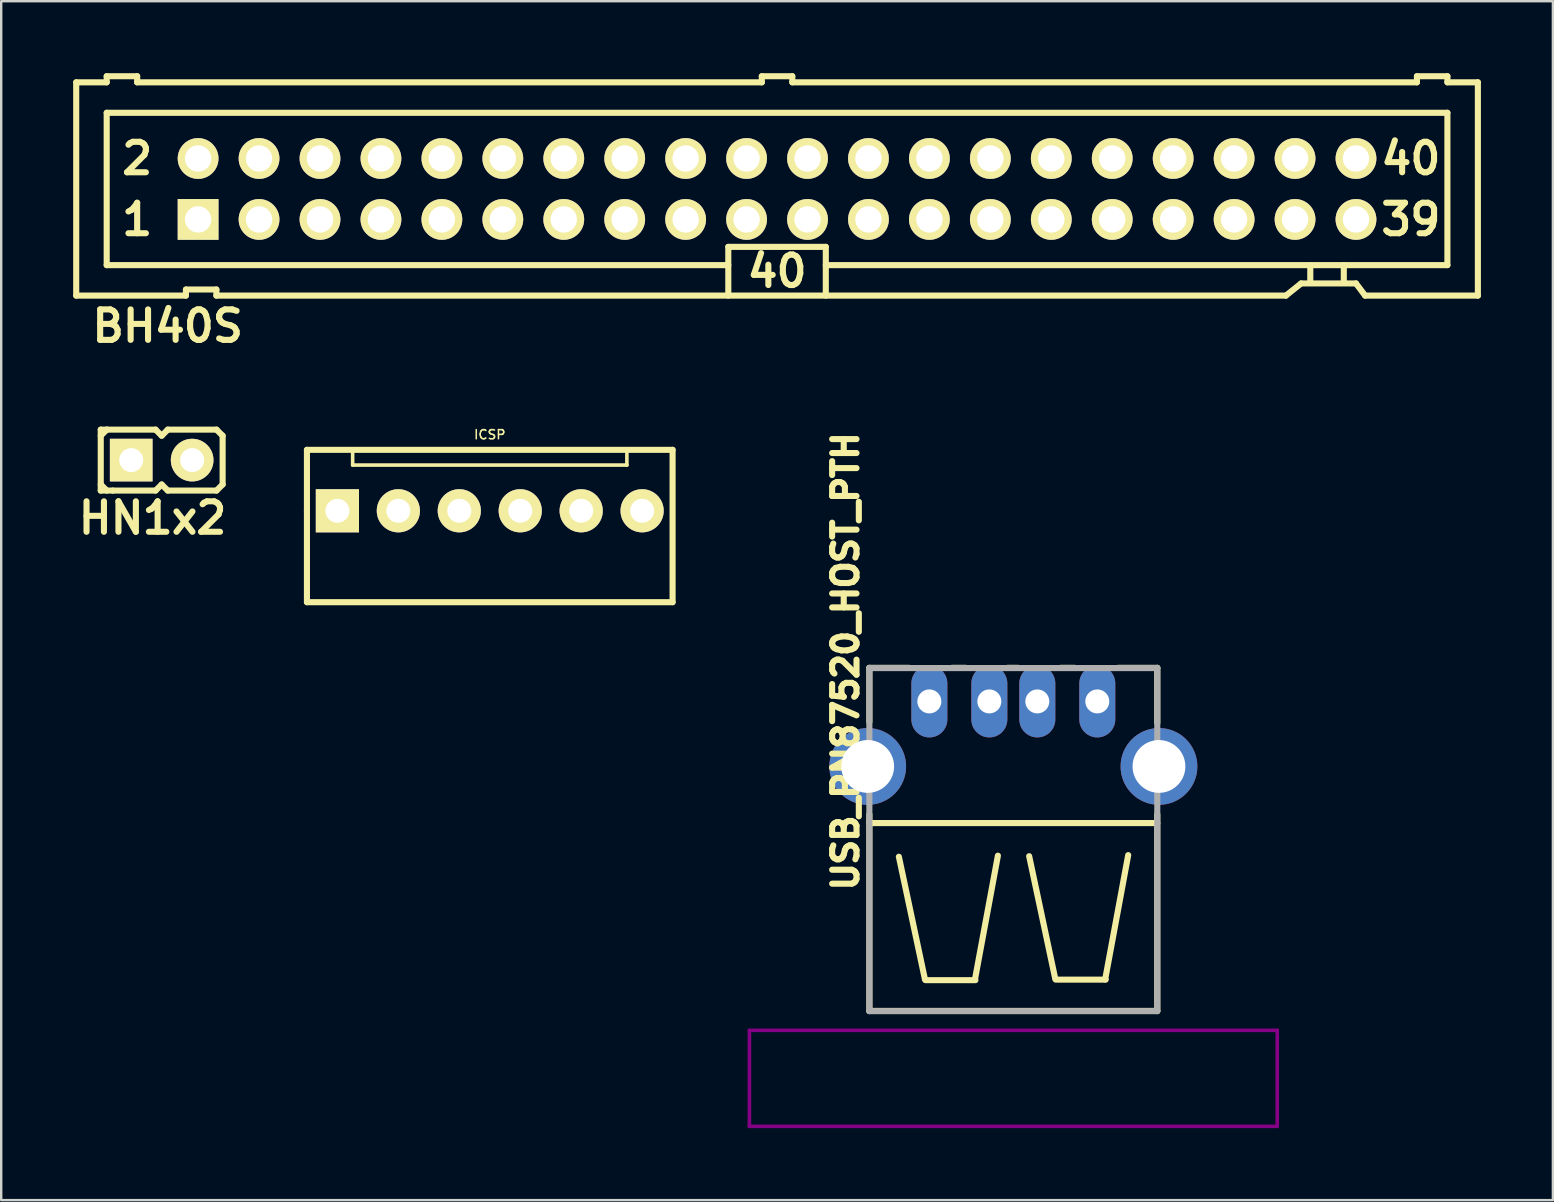
<source format=kicad_pcb>
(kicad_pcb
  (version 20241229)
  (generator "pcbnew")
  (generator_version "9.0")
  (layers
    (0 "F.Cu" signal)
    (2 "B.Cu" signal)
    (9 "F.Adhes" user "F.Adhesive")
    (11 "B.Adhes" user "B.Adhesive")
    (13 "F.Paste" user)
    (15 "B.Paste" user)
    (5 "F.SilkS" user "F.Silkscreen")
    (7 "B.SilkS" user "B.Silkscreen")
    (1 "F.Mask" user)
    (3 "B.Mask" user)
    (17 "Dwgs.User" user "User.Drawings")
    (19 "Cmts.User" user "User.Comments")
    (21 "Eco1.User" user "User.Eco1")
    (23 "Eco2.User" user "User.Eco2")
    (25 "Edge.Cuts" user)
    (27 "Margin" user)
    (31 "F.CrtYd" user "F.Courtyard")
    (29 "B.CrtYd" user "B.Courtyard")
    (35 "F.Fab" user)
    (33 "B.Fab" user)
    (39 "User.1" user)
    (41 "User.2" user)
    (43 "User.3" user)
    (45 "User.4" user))
  (footprint "HN1x2"
    (layer "F.Cu")
    (at 3.689 16.127)
    (property "Reference" "HN1x2" (at -0.381 2.413 0) (layer "F.SilkS") (effects (font (size 1.27 1.27) (thickness 0.254))))
    (attr smd)
    (fp_line (start -2.54 -1.27) (end -2.54 1.27) (stroke (width 0.254) (type solid)) (layer "F.SilkS"))
    (fp_line (start -2.54 -1.27) (end -2.286 -1.27) (stroke (width 0.254) (type solid)) (layer "F.SilkS"))
    (fp_line (start -2.54 -1.016) (end -2.286 -1.27) (stroke (width 0.254) (type solid)) (layer "F.SilkS"))
    (fp_line (start -2.286 -1.27) (end -0.254 -1.27) (stroke (width 0.254) (type solid)) (layer "F.SilkS"))
    (fp_line (start -2.286 1.27) (end -2.54 1.016) (stroke (width 0.254) (type solid)) (layer "F.SilkS"))
    (fp_line (start -2.032 1.27) (end -2.54 1.27) (stroke (width 0.254) (type solid)) (layer "F.SilkS"))
    (fp_line (start -0.254 -1.27) (end 0 -1.016) (stroke (width 0.254) (type solid)) (layer "F.SilkS"))
    (fp_line (start -0.254 1.27) (end -2.032 1.27) (stroke (width 0.254) (type solid)) (layer "F.SilkS"))
    (fp_line (start 0 -1.016) (end 0.254 -1.27) (stroke (width 0.254) (type solid)) (layer "F.SilkS"))
    (fp_line (start 0 1.016) (end -0.254 1.27) (stroke (width 0.254) (type solid)) (layer "F.SilkS"))
    (fp_line (start 0.254 -1.27) (end 2.286 -1.27) (stroke (width 0.254) (type solid)) (layer "F.SilkS"))
    (fp_line (start 0.254 1.27) (end 0 1.016) (stroke (width 0.254) (type solid)) (layer "F.SilkS"))
    (fp_line (start 2.286 -1.27) (end 2.54 -1.016) (stroke (width 0.254) (type solid)) (layer "F.SilkS"))
    (fp_line (start 2.286 1.27) (end 0.254 1.27) (stroke (width 0.254) (type solid)) (layer "F.SilkS"))
    (fp_line (start 2.286 1.27) (end 2.54 1.016) (stroke (width 0.254) (type solid)) (layer "F.SilkS"))
    (fp_line (start 2.54 -1.016) (end 2.54 1.016) (stroke (width 0.254) (type solid)) (layer "F.SilkS"))
    (pad "1" thru_hole rect (at -1.27 0) (size 1.778 1.778) (drill 1) (layers "*.Cu" "*.Mask" "F.SilkS" "B.Adhes"))
    (pad "2" thru_hole circle (at 1.27 0) (size 1.778 1.778) (drill 1) (layers "*.Cu" "*.Mask" "F.SilkS" "B.Adhes")))
  (footprint "ICSP"
    (layer "F.Cu")
    (at 17.363 18.239)
    (property "Reference" "ICSP" (at 0 -3.175 0) (layer "F.SilkS") (effects (font (size 0.381 0.381) (thickness 0.064))))
    (attr smd)
    (fp_line (start -7.62 -2.54) (end 7.62 -2.54) (stroke (width 0.254) (type solid)) (layer "F.SilkS"))
    (fp_line (start -7.62 0) (end -7.62 -2.54) (stroke (width 0.254) (type solid)) (layer "F.SilkS"))
    (fp_line (start -7.62 3.81) (end -7.62 0) (stroke (width 0.254) (type solid)) (layer "F.SilkS"))
    (fp_line (start -5.715 -2.54) (end -5.715 -1.905) (stroke (width 0.15) (type solid)) (layer "F.SilkS"))
    (fp_line (start -5.715 -1.905) (end 5.715 -1.905) (stroke (width 0.15) (type solid)) (layer "F.SilkS"))
    (fp_line (start 5.715 -1.905) (end 5.715 -2.54) (stroke (width 0.15) (type solid)) (layer "F.SilkS"))
    (fp_line (start 7.62 -2.54) (end 7.62 3.81) (stroke (width 0.254) (type solid)) (layer "F.SilkS"))
    (fp_line (start 7.62 3.81) (end -7.62 3.81) (stroke (width 0.254) (type solid)) (layer "F.SilkS"))
    (pad "1" thru_hole rect (at -6.35 0 90) (size 1.8 1.8) (drill 1) (layers "*.Cu" "*.Mask" "F.SilkS"))
    (pad "2" thru_hole circle (at -3.81 0 90) (size 1.8 1.8) (drill 1) (layers "*.Cu" "*.Mask" "F.SilkS"))
    (pad "3" thru_hole circle (at -1.27 0 90) (size 1.8 1.8) (drill 1) (layers "*.Cu" "*.Mask" "F.SilkS"))
    (pad "4" thru_hole circle (at 1.27 0 90) (size 1.8 1.8) (drill 1) (layers "*.Cu" "*.Mask" "F.SilkS"))
    (pad "5" thru_hole circle (at 3.81 0 90) (size 1.8 1.8) (drill 1) (layers "*.Cu" "*.Mask" "F.SilkS"))
    (pad "6" thru_hole circle (at 6.35 0) (size 1.8 1.8) (drill 1) (layers "*.Cu" "*.Mask" "F.SilkS")))
  (footprint "BH40S"
    (layer "F.Cu")
    (at 29.337 4.826)
    (property "Reference" "BH40S" (at -25.4 5.715 0) (layer "F.SilkS") (effects (font (size 1.27 1.27) (thickness 0.254))))
    (attr smd)
    (fp_line (start -29.21 -4.445) (end -29.21 4.445) (stroke (width 0.254) (type solid)) (layer "F.SilkS"))
    (fp_line (start -29.21 -4.445) (end -27.94 -4.445) (stroke (width 0.254) (type solid)) (layer "F.SilkS"))
    (fp_line (start -29.21 4.445) (end -24.638 4.445) (stroke (width 0.254) (type solid)) (layer "F.SilkS"))
    (fp_line (start -27.94 -4.699) (end -27.94 -4.445) (stroke (width 0.254) (type solid)) (layer "F.SilkS"))
    (fp_line (start -27.94 -3.175) (end -27.94 3.175) (stroke (width 0.254) (type solid)) (layer "F.SilkS"))
    (fp_line (start -27.94 -3.175) (end 27.94 -3.175) (stroke (width 0.254) (type solid)) (layer "F.SilkS"))
    (fp_line (start -26.67 -4.699) (end -27.94 -4.699) (stroke (width 0.254) (type solid)) (layer "F.SilkS"))
    (fp_line (start -26.67 -4.699) (end -26.67 -4.445) (stroke (width 0.254) (type solid)) (layer "F.SilkS"))
    (fp_line (start -24.638 4.191) (end -24.638 4.445) (stroke (width 0.254) (type solid)) (layer "F.SilkS"))
    (fp_line (start -24.638 4.191) (end -23.368 4.191) (stroke (width 0.254) (type solid)) (layer "F.SilkS"))
    (fp_line (start -23.368 4.191) (end -23.368 4.445) (stroke (width 0.254) (type solid)) (layer "F.SilkS"))
    (fp_line (start -23.368 4.445) (end 21.209 4.445) (stroke (width 0.254) (type solid)) (layer "F.SilkS"))
    (fp_line (start -2.032 2.413) (end 2.032 2.413) (stroke (width 0.254) (type solid)) (layer "F.SilkS"))
    (fp_line (start -2.032 3.175) (end -27.94 3.175) (stroke (width 0.254) (type solid)) (layer "F.SilkS"))
    (fp_line (start -2.032 4.445) (end -2.032 2.413) (stroke (width 0.254) (type solid)) (layer "F.SilkS"))
    (fp_line (start -0.635 -4.699) (end -0.635 -4.445) (stroke (width 0.254) (type solid)) (layer "F.SilkS"))
    (fp_line (start -0.635 -4.445) (end -26.67 -4.445) (stroke (width 0.254) (type solid)) (layer "F.SilkS"))
    (fp_line (start 0.635 -4.699) (end -0.635 -4.699) (stroke (width 0.254) (type solid)) (layer "F.SilkS"))
    (fp_line (start 0.635 -4.699) (end 0.635 -4.445) (stroke (width 0.254) (type solid)) (layer "F.SilkS"))
    (fp_line (start 2.032 2.413) (end 2.032 4.445) (stroke (width 0.254) (type solid)) (layer "F.SilkS"))
    (fp_line (start 2.032 3.175) (end 27.94 3.175) (stroke (width 0.254) (type solid)) (layer "F.SilkS"))
    (fp_line (start 21.209 4.445) (end 21.844 3.937) (stroke (width 0.254) (type solid)) (layer "F.SilkS"))
    (fp_line (start 21.844 3.937) (end 24.13 3.937) (stroke (width 0.254) (type solid)) (layer "F.SilkS"))
    (fp_line (start 22.225 3.188) (end 22.225 3.835) (stroke (width 0.254) (type solid)) (layer "F.SilkS"))
    (fp_line (start 23.622 3.175) (end 23.622 3.835) (stroke (width 0.254) (type solid)) (layer "F.SilkS"))
    (fp_line (start 24.13 3.937) (end 24.511 4.445) (stroke (width 0.254) (type solid)) (layer "F.SilkS"))
    (fp_line (start 24.511 4.445) (end 29.21 4.445) (stroke (width 0.254) (type solid)) (layer "F.SilkS"))
    (fp_line (start 26.67 -4.699) (end 26.67 -4.445) (stroke (width 0.254) (type solid)) (layer "F.SilkS"))
    (fp_line (start 26.67 -4.445) (end 0.635 -4.445) (stroke (width 0.254) (type solid)) (layer "F.SilkS"))
    (fp_line (start 27.94 -4.699) (end 26.67 -4.699) (stroke (width 0.254) (type solid)) (layer "F.SilkS"))
    (fp_line (start 27.94 -4.699) (end 27.94 -4.445) (stroke (width 0.254) (type solid)) (layer "F.SilkS"))
    (fp_line (start 27.94 -3.175) (end 27.94 3.175) (stroke (width 0.254) (type solid)) (layer "F.SilkS"))
    (fp_line (start 29.21 -4.445) (end 27.94 -4.445) (stroke (width 0.254) (type solid)) (layer "F.SilkS"))
    (fp_line (start 29.21 -4.445) (end 29.21 4.445) (stroke (width 0.254) (type solid)) (layer "F.SilkS"))
    (fp_text user "39" (at 26.416 1.27 0) (layer "F.SilkS") (effects (font (size 1.27 1.27) (thickness 0.254))))
    (fp_text user "40" (at 0 3.429 0) (layer "F.SilkS") (effects (font (size 1.27 1.27) (thickness 0.254))))
    (fp_text user "1" (at -26.67 1.27 0) (layer "F.SilkS") (effects (font (size 1.27 1.27) (thickness 0.254))))
    (fp_text user "2" (at -26.67 -1.27 0) (layer "F.SilkS") (effects (font (size 1.27 1.27) (thickness 0.254))))
    (fp_text user "40" (at 26.416 -1.27 0) (layer "F.SilkS") (effects (font (size 1.27 1.27) (thickness 0.254))))
    (pad "1" thru_hole rect (at -24.13 1.27) (size 1.7 1.7) (drill 1.1) (layers "*.Cu" "*.Mask" "F.SilkS"))
    (pad "2" thru_hole circle (at -24.13 -1.27) (size 1.7 1.7) (drill 1.1) (layers "*.Cu" "*.Mask" "F.SilkS"))
    (pad "3" thru_hole circle (at -21.59 1.27) (size 1.7 1.7) (drill 1.1) (layers "*.Cu" "*.Mask" "F.SilkS"))
    (pad "4" thru_hole circle (at -21.59 -1.27) (size 1.7 1.7) (drill 1.1) (layers "*.Cu" "*.Mask" "F.SilkS"))
    (pad "5" thru_hole circle (at -19.05 1.27) (size 1.7 1.7) (drill 1.1) (layers "*.Cu" "*.Mask" "F.SilkS"))
    (pad "6" thru_hole circle (at -19.05 -1.27) (size 1.7 1.7) (drill 1.1) (layers "*.Cu" "*.Mask" "F.SilkS"))
    (pad "7" thru_hole circle (at -16.51 1.27) (size 1.7 1.7) (drill 1.1) (layers "*.Cu" "*.Mask" "F.SilkS"))
    (pad "8" thru_hole circle (at -16.51 -1.27) (size 1.7 1.7) (drill 1.1) (layers "*.Cu" "*.Mask" "F.SilkS"))
    (pad "9" thru_hole circle (at -13.97 1.27) (size 1.7 1.7) (drill 1.1) (layers "*.Cu" "*.Mask" "F.SilkS"))
    (pad "10" thru_hole circle (at -13.97 -1.27) (size 1.7 1.7) (drill 1.1) (layers "*.Cu" "*.Mask" "F.SilkS"))
    (pad "11" thru_hole circle (at -11.43 1.27) (size 1.7 1.7) (drill 1.1) (layers "*.Cu" "*.Mask" "F.SilkS"))
    (pad "12" thru_hole circle (at -11.43 -1.27) (size 1.7 1.7) (drill 1.1) (layers "*.Cu" "*.Mask" "F.SilkS"))
    (pad "13" thru_hole circle (at -8.89 1.27) (size 1.7 1.7) (drill 1.1) (layers "*.Cu" "*.Mask" "F.SilkS"))
    (pad "14" thru_hole circle (at -8.89 -1.27) (size 1.7 1.7) (drill 1.1) (layers "*.Cu" "*.Mask" "F.SilkS"))
    (pad "15" thru_hole circle (at -6.35 1.27) (size 1.7 1.7) (drill 1.1) (layers "*.Cu" "*.Mask" "F.SilkS"))
    (pad "16" thru_hole circle (at -6.35 -1.27) (size 1.7 1.7) (drill 1.1) (layers "*.Cu" "*.Mask" "F.SilkS"))
    (pad "17" thru_hole circle (at -3.81 1.27) (size 1.7 1.7) (drill 1.1) (layers "*.Cu" "*.Mask" "F.SilkS"))
    (pad "18" thru_hole circle (at -3.81 -1.27) (size 1.7 1.7) (drill 1.1) (layers "*.Cu" "*.Mask" "F.SilkS"))
    (pad "19" thru_hole circle (at -1.27 1.27) (size 1.7 1.7) (drill 1.1) (layers "*.Cu" "*.Mask" "F.SilkS"))
    (pad "20" thru_hole circle (at -1.27 -1.27) (size 1.7 1.7) (drill 1.1) (layers "*.Cu" "*.Mask" "F.SilkS"))
    (pad "21" thru_hole circle (at 1.27 1.27) (size 1.7 1.7) (drill 1.1) (layers "*.Cu" "*.Mask" "F.SilkS"))
    (pad "22" thru_hole circle (at 1.27 -1.27) (size 1.7 1.7) (drill 1.1) (layers "*.Cu" "*.Mask" "F.SilkS"))
    (pad "23" thru_hole circle (at 3.81 1.27) (size 1.7 1.7) (drill 1.1) (layers "*.Cu" "*.Mask" "F.SilkS"))
    (pad "24" thru_hole circle (at 3.81 -1.27) (size 1.7 1.7) (drill 1.1) (layers "*.Cu" "*.Mask" "F.SilkS"))
    (pad "25" thru_hole circle (at 6.35 1.27) (size 1.7 1.7) (drill 1.1) (layers "*.Cu" "*.Mask" "F.SilkS"))
    (pad "26" thru_hole circle (at 6.35 -1.27) (size 1.7 1.7) (drill 1.1) (layers "*.Cu" "*.Mask" "F.SilkS"))
    (pad "27" thru_hole circle (at 8.89 1.27) (size 1.7 1.7) (drill 1.1) (layers "*.Cu" "*.Mask" "F.SilkS"))
    (pad "28" thru_hole circle (at 8.89 -1.27) (size 1.7 1.7) (drill 1.1) (layers "*.Cu" "*.Mask" "F.SilkS"))
    (pad "29" thru_hole circle (at 11.43 1.27) (size 1.7 1.7) (drill 1.1) (layers "*.Cu" "*.Mask" "F.SilkS"))
    (pad "30" thru_hole circle (at 11.43 -1.27) (size 1.7 1.7) (drill 1.1) (layers "*.Cu" "*.Mask" "F.SilkS"))
    (pad "31" thru_hole circle (at 13.97 1.27) (size 1.7 1.7) (drill 1.1) (layers "*.Cu" "*.Mask" "F.SilkS"))
    (pad "32" thru_hole circle (at 13.97 -1.27) (size 1.7 1.7) (drill 1.1) (layers "*.Cu" "*.Mask" "F.SilkS"))
    (pad "33" thru_hole circle (at 16.51 1.27) (size 1.7 1.7) (drill 1.1) (layers "*.Cu" "*.Mask" "F.SilkS"))
    (pad "34" thru_hole circle (at 16.51 -1.27) (size 1.7 1.7) (drill 1.1) (layers "*.Cu" "*.Mask" "F.SilkS"))
    (pad "34" thru_hole circle (at 19.05 1.27) (size 1.7 1.7) (drill 1.1) (layers "*.Cu" "*.Mask" "F.SilkS"))
    (pad "36" thru_hole circle (at 19.05 -1.27) (size 1.7 1.7) (drill 1.1) (layers "*.Cu" "*.Mask" "F.SilkS"))
    (pad "37" thru_hole circle (at 21.59 1.27) (size 1.7 1.7) (drill 1.1) (layers "*.Cu" "*.Mask" "F.SilkS"))
    (pad "38" thru_hole circle (at 21.59 -1.27) (size 1.7 1.7) (drill 1.1) (layers "*.Cu" "*.Mask" "F.SilkS"))
    (pad "39" thru_hole circle (at 24.13 1.27) (size 1.7 1.7) (drill 1.1) (layers "*.Cu" "*.Mask" "F.SilkS"))
    (pad "40" thru_hole circle (at 24.13 -1.27) (size 1.7 1.7) (drill 1.1) (layers "*.Cu" "*.Mask" "F.SilkS")))
  (footprint "USB_PN87520_HOST_PTH"
    (layer "F.Cu")
    (at 39.185 28.895)
    (property "Reference" "USB_PN87520_HOST_PTH" (at -6.993 -4.379 90) (layer "F.SilkS") (effects (font (size 1.016 1.016) (thickness 0.254))))
    (attr smd)
    (fp_line (start -6 -4.11) (end -6 -1.854) (stroke (width 0.254) (type solid)) (layer "F.SilkS"))
    (fp_line (start -6 -4.11) (end -4.343 -4.11) (stroke (width 0.254) (type solid)) (layer "F.SilkS"))
    (fp_line (start -6 2) (end -6 10.19) (stroke (width 0.254) (type solid)) (layer "F.SilkS"))
    (fp_line (start -6 2.36) (end 6 2.36) (stroke (width 0.254) (type solid)) (layer "F.SilkS"))
    (fp_line (start -4.77 3.764) (end -3.683 8.877) (stroke (width 0.254) (type solid)) (layer "F.SilkS"))
    (fp_line (start -2.553 -4.11) (end -1.981 -4.11) (stroke (width 0.254) (type solid)) (layer "F.SilkS"))
    (fp_line (start -1.603 8.9) (end -0.643 3.719) (stroke (width 0.254) (type solid)) (layer "F.SilkS"))
    (fp_line (start -1.58 8.908) (end -3.66 8.908) (stroke (width 0.254) (type solid)) (layer "F.SilkS"))
    (fp_line (start -0.241 -4.11) (end 0.203 -4.11) (stroke (width 0.254) (type solid)) (layer "F.SilkS"))
    (fp_line (start 0.66 3.741) (end 1.748 8.854) (stroke (width 0.254) (type solid)) (layer "F.SilkS"))
    (fp_line (start 1.981 -4.11) (end 2.553 -4.11) (stroke (width 0.254) (type solid)) (layer "F.SilkS"))
    (fp_line (start 3.828 8.877) (end 4.788 3.696) (stroke (width 0.254) (type solid)) (layer "F.SilkS"))
    (fp_line (start 3.851 8.885) (end 1.77 8.885) (stroke (width 0.254) (type solid)) (layer "F.SilkS"))
    (fp_line (start 4.369 -4.11) (end 6 -4.11) (stroke (width 0.254) (type solid)) (layer "F.SilkS"))
    (fp_line (start 6 -4.11) (end 6 -1.816) (stroke (width 0.254) (type solid)) (layer "F.SilkS"))
    (fp_line (start 6 2) (end 6 10.19) (stroke (width 0.254) (type solid)) (layer "F.SilkS"))
    (fp_line (start 6 10.19) (end -6 10.19) (stroke (width 0.254) (type solid)) (layer "F.SilkS"))
    (fp_line (start -11 11) (end 11 11) (stroke (width 0.15) (type solid)) (layer "F.Adhes"))
    (fp_line (start -11 15) (end -11 11) (stroke (width 0.15) (type solid)) (layer "F.Adhes"))
    (fp_line (start 11 11) (end 11 15) (stroke (width 0.15) (type solid)) (layer "F.Adhes"))
    (fp_line (start 11 15) (end -11 15) (stroke (width 0.15) (type solid)) (layer "F.Adhes"))
    (fp_line (start -6 -4.1) (end 6 -4.1) (stroke (width 0.254) (type solid)) (layer "F.Fab"))
    (fp_line (start -6 10.2) (end -6 -4.1) (stroke (width 0.254) (type solid)) (layer "F.Fab"))
    (fp_line (start -6 10.2) (end 6 10.2) (stroke (width 0.254) (type solid)) (layer "F.Fab"))
    (fp_line (start 6 -4.1) (end 6 10.2) (stroke (width 0.254) (type solid)) (layer "F.Fab"))
    (pad "1" thru_hole oval (at -3.5 -2.71) (size 1.5 3) (drill 1) (layers "*.Cu" "*.Mask"))
    (pad "2" thru_hole oval (at -1 -2.71) (size 1.5 3) (drill 1) (layers "*.Cu" "*.Mask"))
    (pad "3" thru_hole oval (at 1 -2.71) (size 1.5 3) (drill 1) (layers "*.Cu" "*.Mask"))
    (pad "4" thru_hole oval (at 3.5 -2.71) (size 1.5 3) (drill 1) (layers "*.Cu" "*.Mask"))
    (pad "5" thru_hole circle (at -6.07 0) (size 3.2 3.2) (drill 2.2) (layers "*.Cu" "*.Mask"))
    (pad "6" thru_hole circle (at 6.07 0) (size 3.2 3.2) (drill 2.2) (layers "*.Cu" "*.Mask")))
  (gr_rect
    (start -3 -3)
    (end 61.674 46.97)
    (stroke (width 0.1) (type default))
    (fill no)
    (layer "Edge.Cuts")))
</source>
